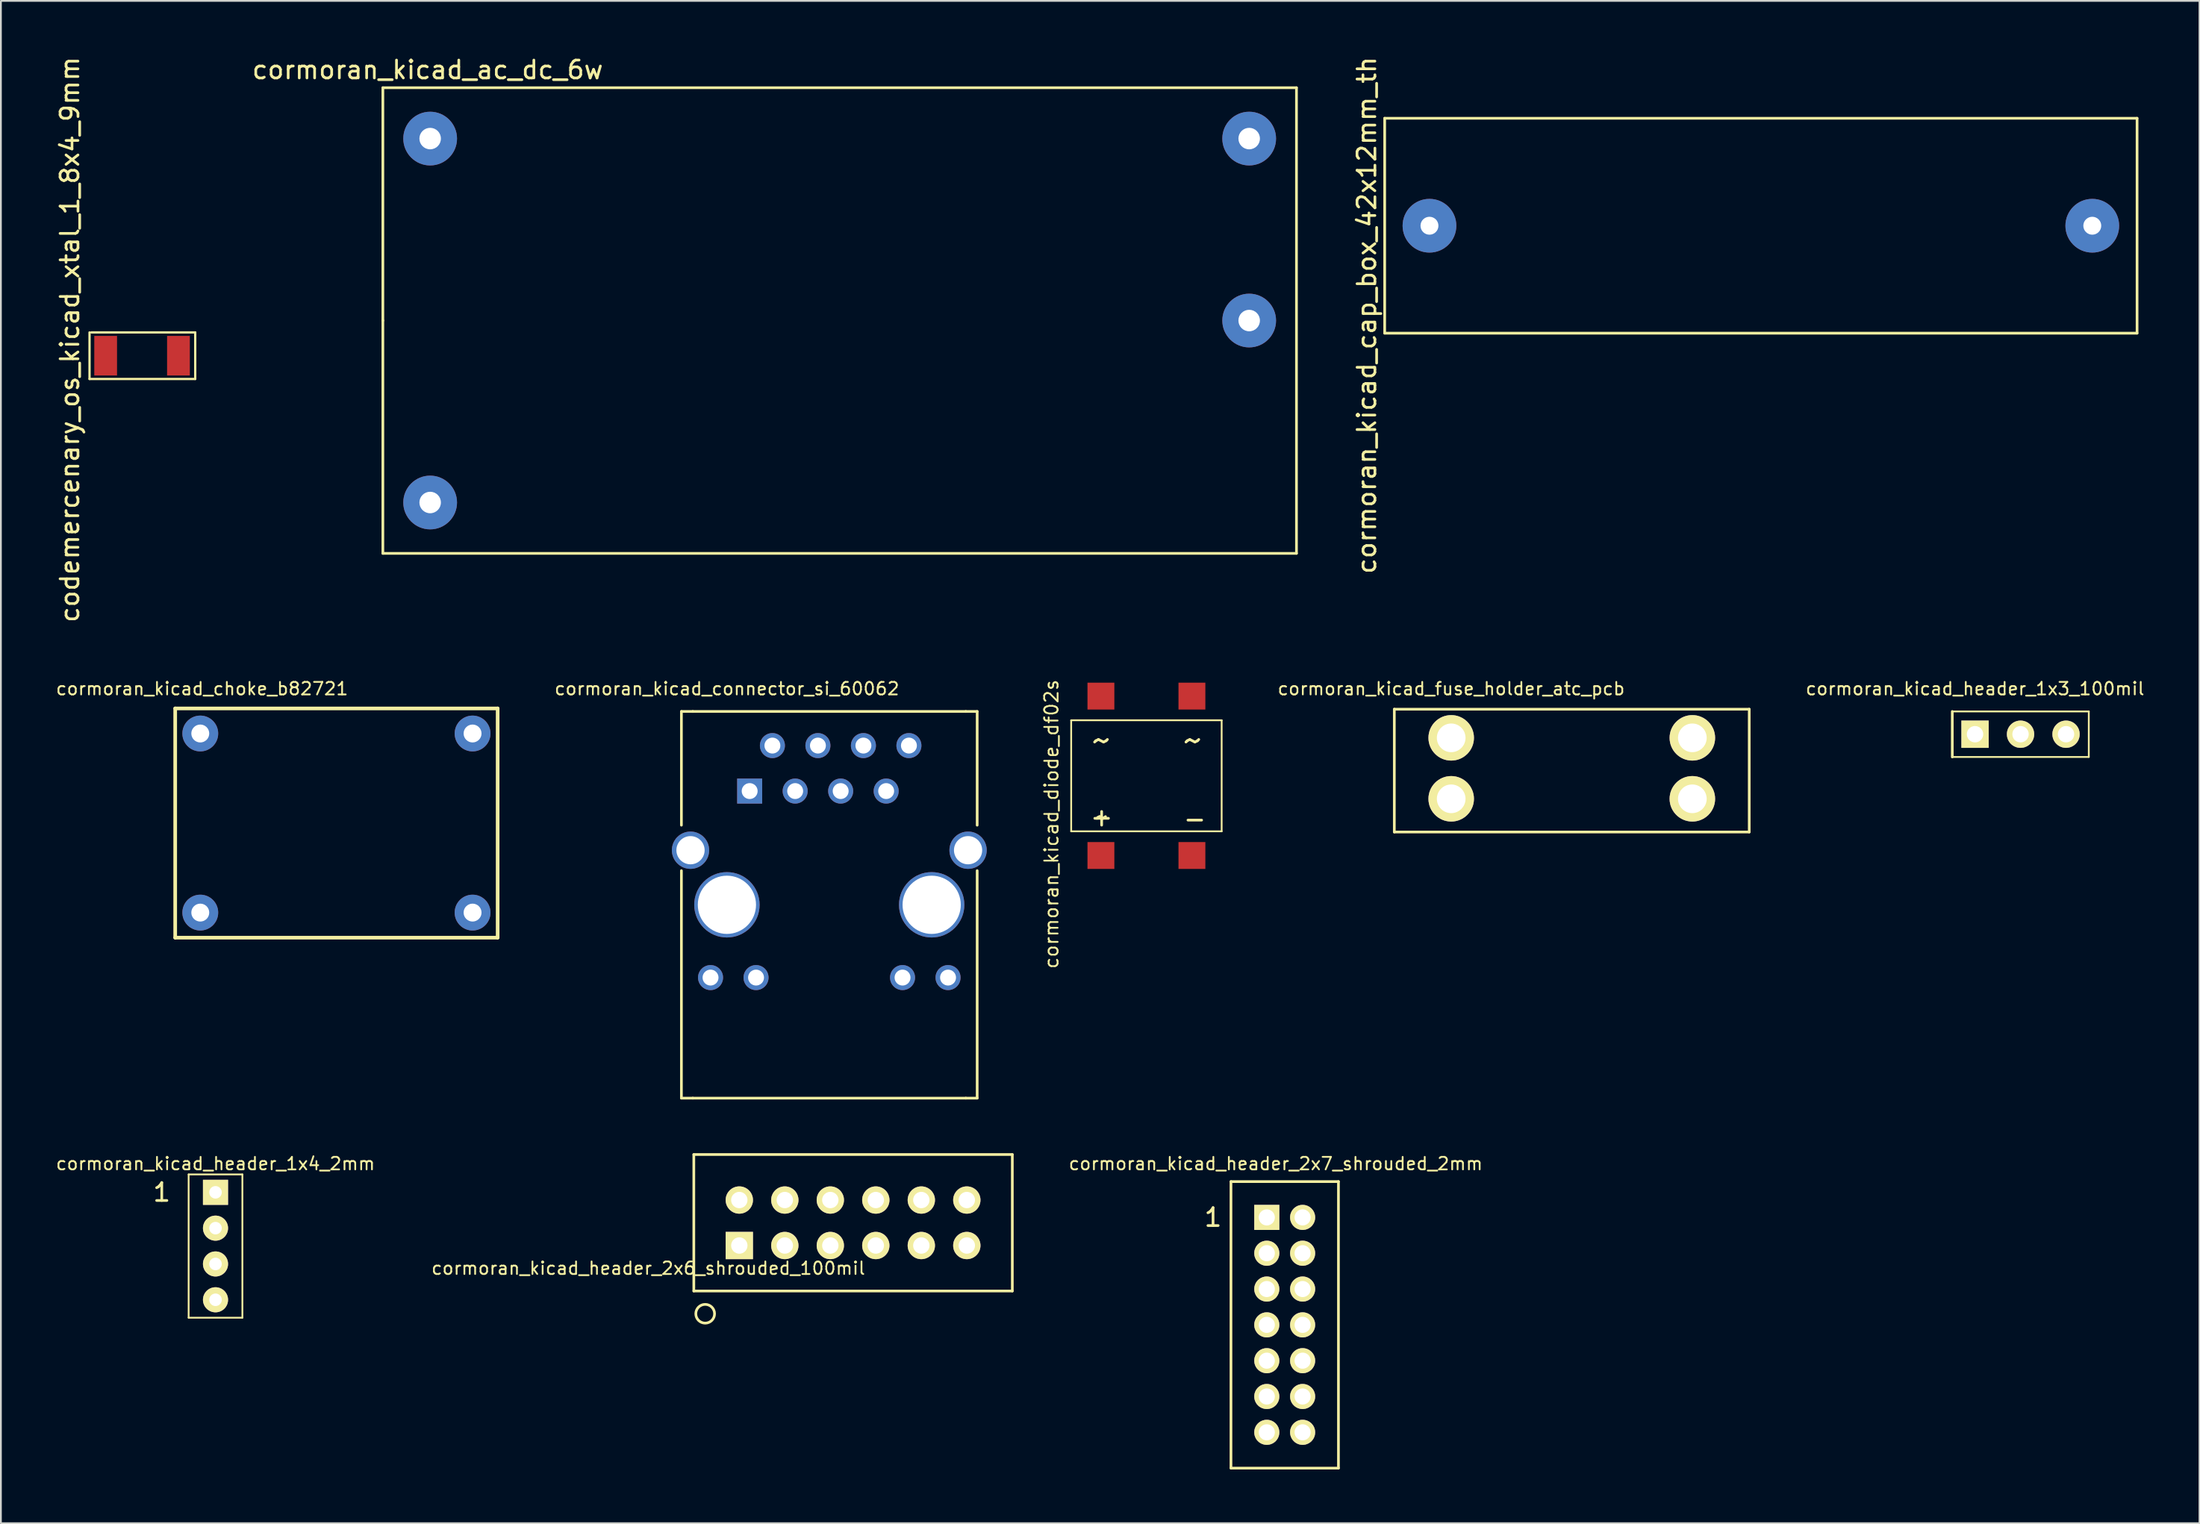
<source format=kicad_pcb>
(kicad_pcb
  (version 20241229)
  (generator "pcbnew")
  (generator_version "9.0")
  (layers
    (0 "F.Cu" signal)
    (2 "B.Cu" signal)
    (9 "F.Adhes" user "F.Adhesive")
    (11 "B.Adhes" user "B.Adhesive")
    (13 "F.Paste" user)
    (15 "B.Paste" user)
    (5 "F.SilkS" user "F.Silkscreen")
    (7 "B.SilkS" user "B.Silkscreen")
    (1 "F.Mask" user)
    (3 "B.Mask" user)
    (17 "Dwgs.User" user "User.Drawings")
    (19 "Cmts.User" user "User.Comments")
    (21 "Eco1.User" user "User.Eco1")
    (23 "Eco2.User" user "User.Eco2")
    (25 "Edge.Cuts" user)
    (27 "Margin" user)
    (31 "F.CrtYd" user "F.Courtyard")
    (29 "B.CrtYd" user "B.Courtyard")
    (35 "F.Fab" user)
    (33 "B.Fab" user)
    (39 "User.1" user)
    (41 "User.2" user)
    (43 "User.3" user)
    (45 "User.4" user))
  (footprint "codemercenary_os_kicad_xtal_1_8x4_9mm"
    (layer "F.Cu")
    (at 2.848 16.811)
    (property "Reference" "codemercenary_os_kicad_xtal_1_8x4_9mm" (at -2 -0.9 90) (layer "F.SilkS") (effects (font (size 1 1) (thickness 0.15))))
    (attr through_hole)
    (fp_line (start -0.9 1.3) (end -0.9 -1.3) (stroke (width 0.127) (type solid)) (layer "F.SilkS"))
    (fp_line (start -0.8 -1.3) (end 5 -1.3) (stroke (width 0.127) (type solid)) (layer "F.SilkS"))
    (fp_line (start 5 -1.3) (end 5 1.3) (stroke (width 0.127) (type solid)) (layer "F.SilkS"))
    (fp_line (start 5 1.3) (end -0.9 1.3) (stroke (width 0.127) (type solid)) (layer "F.SilkS"))
    (pad "1" smd rect (at 0 0) (size 1.27 2.21) (layers "F.Cu" "F.Mask" "F.Paste"))
    (pad "2" smd rect (at 4.064 0) (size 1.27 2.21) (layers "F.Cu" "F.Mask" "F.Paste")))
  (footprint "cormoran_kicad_header_1x4_2mm"
    (layer "F.Cu")
    (at 8.98 63.526)
    (property "Reference" "cormoran_kicad_header_1x4_2mm" (at 0 -1.6 0) (layer "F.SilkS") (effects (font (size 0.7 0.7) (thickness 0.1))))
    (attr through_hole)
    (fp_line (start -1.5 7) (end -1.5 -1) (stroke (width 0.1) (type solid)) (layer "F.SilkS"))
    (fp_line (start -1.5 7) (end 1.5 7) (stroke (width 0.1) (type solid)) (layer "F.SilkS"))
    (fp_line (start 1.5 -1) (end -1.5 -1) (stroke (width 0.1) (type solid)) (layer "F.SilkS"))
    (fp_line (start 1.5 -1) (end 1.5 7) (stroke (width 0.1) (type solid)) (layer "F.SilkS"))
    (fp_text user "1" (at -3 0 0) (layer "F.SilkS") (effects (font (size 1 1) (thickness 0.15))))
    (pad "1" thru_hole rect (at 0 0) (size 1.4 1.4) (drill 0.7) (layers "*.Cu" "*.Mask" "F.SilkS"))
    (pad "2" thru_hole circle (at 0 2) (size 1.4 1.4) (drill 0.7) (layers "*.Cu" "*.Mask" "F.SilkS"))
    (pad "3" thru_hole circle (at 0 4) (size 1.4 1.4) (drill 0.7) (layers "*.Cu" "*.Mask" "F.SilkS"))
    (pad "4" thru_hole circle (at 0 6) (size 1.4 1.4) (drill 0.7) (layers "*.Cu" "*.Mask" "F.SilkS")))
  (footprint "cormoran_kicad_choke_b82721"
    (layer "F.Cu")
    (at 8.13 37.906)
    (property "Reference" "cormoran_kicad_choke_b82721" (at 0.1 -2.5 0) (layer "F.SilkS") (effects (font (size 0.7 0.7) (thickness 0.1))))
    (attr through_hole)
    (fp_line (start -1.4 -1.4) (end 16.6 -1.4) (stroke (width 0.203) (type solid)) (layer "F.SilkS"))
    (fp_line (start -1.4 11.4) (end -1.4 -1.4) (stroke (width 0.203) (type solid)) (layer "F.SilkS"))
    (fp_line (start 16.6 -1.4) (end 16.6 11.4) (stroke (width 0.203) (type solid)) (layer "F.SilkS"))
    (fp_line (start 16.6 11.4) (end -1.4 11.4) (stroke (width 0.203) (type solid)) (layer "F.SilkS"))
    (pad "1" thru_hole circle (at 0 0) (size 2 2) (drill 1) (layers "*.Cu" "*.Mask"))
    (pad "2" thru_hole circle (at 15.2 0) (size 2 2) (drill 1) (layers "*.Cu" "*.Mask"))
    (pad "3" thru_hole circle (at 15.2 10) (size 2 2) (drill 1) (layers "*.Cu" "*.Mask"))
    (pad "4" thru_hole circle (at 0 10) (size 2 2) (drill 1) (layers "*.Cu" "*.Mask")))
  (footprint "cormoran_kicad_header_2x6_shrouded_100mil"
    (layer "F.Cu")
    (at 38.22 66.496)
    (property "Reference" "cormoran_kicad_header_2x6_shrouded_100mil" (at -5.08 1.27 0) (layer "F.SilkS") (effects (font (size 0.7 0.7) (thickness 0.1))))
    (attr through_hole)
    (fp_line (start -2.54 -5.08) (end -2.54 2.54) (stroke (width 0.15) (type solid)) (layer "F.SilkS"))
    (fp_line (start -2.54 -5.08) (end 15.24 -5.08) (stroke (width 0.15) (type solid)) (layer "F.SilkS"))
    (fp_line (start 15.24 -5.08) (end 15.24 2.54) (stroke (width 0.15) (type solid)) (layer "F.SilkS"))
    (fp_line (start 15.24 2.54) (end -2.54 2.54) (stroke (width 0.15) (type solid)) (layer "F.SilkS"))
    (fp_circle (center -1.905 3.81) (end -1.397 3.937) (stroke (width 0.15) (type solid)) (fill no) (layer "F.SilkS"))
    (pad "1" thru_hole rect (at 0 0) (size 1.524 1.524) (drill 0.914) (layers "*.Cu" "*.Mask" "F.SilkS"))
    (pad "2" thru_hole circle (at 0 -2.54) (size 1.524 1.524) (drill 0.914) (layers "*.Cu" "*.Mask" "F.SilkS"))
    (pad "3" thru_hole circle (at 2.54 0) (size 1.524 1.524) (drill 0.914) (layers "*.Cu" "*.Mask" "F.SilkS"))
    (pad "4" thru_hole circle (at 2.54 -2.54) (size 1.524 1.524) (drill 0.914) (layers "*.Cu" "*.Mask" "F.SilkS"))
    (pad "5" thru_hole circle (at 5.08 0) (size 1.524 1.524) (drill 0.914) (layers "*.Cu" "*.Mask" "F.SilkS"))
    (pad "6" thru_hole circle (at 5.08 -2.54) (size 1.524 1.524) (drill 0.914) (layers "*.Cu" "*.Mask" "F.SilkS"))
    (pad "7" thru_hole circle (at 7.62 0) (size 1.524 1.524) (drill 0.914) (layers "*.Cu" "*.Mask" "F.SilkS"))
    (pad "8" thru_hole circle (at 7.62 -2.54) (size 1.524 1.524) (drill 0.914) (layers "*.Cu" "*.Mask" "F.SilkS"))
    (pad "9" thru_hole circle (at 10.16 0) (size 1.524 1.524) (drill 0.914) (layers "*.Cu" "*.Mask" "F.SilkS"))
    (pad "10" thru_hole circle (at 10.16 -2.54) (size 1.524 1.524) (drill 0.914) (layers "*.Cu" "*.Mask" "F.SilkS"))
    (pad "11" thru_hole circle (at 12.7 0) (size 1.524 1.524) (drill 0.914) (layers "*.Cu" "*.Mask" "F.SilkS"))
    (pad "12" thru_hole circle (at 12.7 -2.54) (size 1.524 1.524) (drill 0.914) (layers "*.Cu" "*.Mask" "F.SilkS")))
  (footprint "cormoran_kicad_ac_dc_6w"
    (layer "F.Cu")
    (at 43.822 14.848)
    (property "Reference" "cormoran_kicad_ac_dc_6w" (at -23 -14 0) (layer "F.SilkS") (effects (font (size 1 1) (thickness 0.15))))
    (attr through_hole)
    (fp_line (start -25.5 -13) (end 25.5 -13) (stroke (width 0.15) (type solid)) (layer "F.SilkS"))
    (fp_line (start -25.5 0) (end -25.5 -13) (stroke (width 0.15) (type solid)) (layer "F.SilkS"))
    (fp_line (start -25.5 13) (end -25.5 0) (stroke (width 0.15) (type solid)) (layer "F.SilkS"))
    (fp_line (start 25.5 -13) (end 25.5 13) (stroke (width 0.15) (type solid)) (layer "F.SilkS"))
    (fp_line (start 25.5 13) (end -25.5 13) (stroke (width 0.15) (type solid)) (layer "F.SilkS"))
    (pad "1" thru_hole circle (at -22.86 -10.16) (size 3 3) (drill 1.2) (layers "*.Cu" "*.Mask"))
    (pad "2" thru_hole circle (at -22.86 10.16) (size 3 3) (drill 1.2) (layers "*.Cu" "*.Mask"))
    (pad "3" thru_hole circle (at 22.86 0) (size 3 3) (drill 1.2) (layers "*.Cu" "*.Mask"))
    (pad "4" thru_hole circle (at 22.86 -10.16) (size 3 3) (drill 1.2) (layers "*.Cu" "*.Mask")))
  (footprint "cormoran_kicad_diode_df02s"
    (layer "F.Cu")
    (at 60.946 40.268)
    (property "Reference" "cormoran_kicad_diode_df02s" (at -5.3 2.7 90) (layer "F.SilkS") (effects (font (size 0.75 0.75) (thickness 0.1))))
    (attr through_hole)
    (fp_line (start -4.2 -3.1) (end 4.2 -3.1) (stroke (width 0.1) (type solid)) (layer "F.SilkS"))
    (fp_line (start -4.2 3.1) (end -4.2 -3.1) (stroke (width 0.1) (type solid)) (layer "F.SilkS"))
    (fp_line (start 4.2 -3.1) (end 4.2 3.1) (stroke (width 0.1) (type solid)) (layer "F.SilkS"))
    (fp_line (start 4.2 3.1) (end -4.2 3.1) (stroke (width 0.1) (type solid)) (layer "F.SilkS"))
    (fp_text user "-" (at 2.7 2.4 0) (layer "F.SilkS") (effects (font (size 1 1) (thickness 0.15))))
    (fp_text user "+" (at -2.5 2.3 0) (layer "F.SilkS") (effects (font (size 1 1) (thickness 0.15))))
    (fp_text user "~" (at -2.5 -2 0) (layer "F.SilkS") (effects (font (size 1.5 1.5) (thickness 0.15))))
    (fp_text user "~" (at 2.6 -2 0) (layer "F.SilkS") (effects (font (size 1.5 1.5) (thickness 0.15))))
    (fp_text user "~" (at -2.5 2.3 0) (layer "F.SilkS") (effects (font (size 1 1) (thickness 0.15))))
    (pad "1" smd rect (at -2.54 4.45) (size 1.5 1.5) (layers "F.Cu" "F.Mask"))
    (pad "2" smd rect (at 2.54 4.45) (size 1.5 1.5) (layers "F.Cu" "F.Mask"))
    (pad "3" smd rect (at 2.54 -4.45) (size 1.5 1.5) (layers "F.Cu" "F.Mask"))
    (pad "4" smd rect (at -2.54 -4.45) (size 1.5 1.5) (layers "F.Cu" "F.Mask")))
  (footprint "cormoran_kicad_fuse_holder_atc_pcb"
    (layer "F.Cu")
    (at 84.69 39.851)
    (property "Reference" "cormoran_kicad_fuse_holder_atc_pcb" (at -6.731 -4.445 0) (layer "F.SilkS") (effects (font (size 0.7 0.7) (thickness 0.1))))
    (attr through_hole)
    (fp_line (start -9.906 -3.302) (end 9.906 -3.302) (stroke (width 0.15) (type solid)) (layer "F.SilkS"))
    (fp_line (start -9.906 3.556) (end -9.906 -3.302) (stroke (width 0.15) (type solid)) (layer "F.SilkS"))
    (fp_line (start 9.906 -3.302) (end 9.906 3.556) (stroke (width 0.15) (type solid)) (layer "F.SilkS"))
    (fp_line (start 9.906 3.556) (end -9.906 3.556) (stroke (width 0.15) (type solid)) (layer "F.SilkS"))
    (pad "1" thru_hole circle (at -6.731 -1.702) (size 2.54 2.54) (drill 1.6) (layers "*.Cu" "*.Mask" "F.SilkS"))
    (pad "2" thru_hole circle (at -6.731 1.702) (size 2.54 2.54) (drill 1.6) (layers "*.Cu" "*.Mask" "F.SilkS"))
    (pad "3" thru_hole circle (at 6.731 1.702) (size 2.54 2.54) (drill 1.6) (layers "*.Cu" "*.Mask" "F.SilkS"))
    (pad "4" thru_hole circle (at 6.731 -1.702) (size 2.54 2.54) (drill 1.6) (layers "*.Cu" "*.Mask" "F.SilkS")))
  (footprint "cormoran_kicad_header_2x7_shrouded_2mm"
    (layer "F.Cu")
    (at 67.665 64.926)
    (property "Reference" "cormoran_kicad_header_2x7_shrouded_2mm" (at 0.5 -3 0) (layer "F.SilkS") (effects (font (size 0.7 0.7) (thickness 0.1))))
    (attr through_hole)
    (fp_line (start -2 -2) (end -2 14) (stroke (width 0.15) (type solid)) (layer "F.SilkS"))
    (fp_line (start -2 -2) (end 4 -2) (stroke (width 0.15) (type solid)) (layer "F.SilkS"))
    (fp_line (start 4 -2) (end 4 14) (stroke (width 0.15) (type solid)) (layer "F.SilkS"))
    (fp_line (start 4 14) (end -2 14) (stroke (width 0.15) (type solid)) (layer "F.SilkS"))
    (fp_text user "1" (at -3 0 0) (layer "F.SilkS") (effects (font (size 1 1) (thickness 0.15))))
    (pad "1" thru_hole rect (at 0 0) (size 1.4 1.4) (drill 0.9) (layers "*.Cu" "*.Mask" "F.SilkS"))
    (pad "2" thru_hole circle (at 2 0) (size 1.4 1.4) (drill 0.9) (layers "*.Cu" "*.Mask" "F.SilkS"))
    (pad "3" thru_hole circle (at 0 2) (size 1.4 1.4) (drill 0.9) (layers "*.Cu" "*.Mask" "F.SilkS"))
    (pad "4" thru_hole circle (at 2 2) (size 1.4 1.4) (drill 0.9) (layers "*.Cu" "*.Mask" "F.SilkS"))
    (pad "5" thru_hole circle (at 0 4) (size 1.4 1.4) (drill 0.9) (layers "*.Cu" "*.Mask" "F.SilkS"))
    (pad "6" thru_hole circle (at 2 4) (size 1.4 1.4) (drill 0.9) (layers "*.Cu" "*.Mask" "F.SilkS"))
    (pad "7" thru_hole circle (at 0 6) (size 1.4 1.4) (drill 0.9) (layers "*.Cu" "*.Mask" "F.SilkS"))
    (pad "8" thru_hole circle (at 2 6) (size 1.4 1.4) (drill 0.9) (layers "*.Cu" "*.Mask" "F.SilkS"))
    (pad "9" thru_hole circle (at 0 8) (size 1.4 1.4) (drill 0.9) (layers "*.Cu" "*.Mask" "F.SilkS"))
    (pad "10" thru_hole circle (at 2 8) (size 1.4 1.4) (drill 0.9) (layers "*.Cu" "*.Mask" "F.SilkS"))
    (pad "11" thru_hole circle (at 0 10) (size 1.4 1.4) (drill 0.9) (layers "*.Cu" "*.Mask" "F.SilkS"))
    (pad "12" thru_hole circle (at 2 10) (size 1.4 1.4) (drill 0.9) (layers "*.Cu" "*.Mask" "F.SilkS"))
    (pad "13" thru_hole circle (at 0 12) (size 1.4 1.4) (drill 0.9) (layers "*.Cu" "*.Mask" "F.SilkS"))
    (pad "14" thru_hole circle (at 2 12) (size 1.4 1.4) (drill 0.9) (layers "*.Cu" "*.Mask" "F.SilkS")))
  (footprint "cormoran_kicad_cap_box_42x12mm_th"
    (layer "F.Cu")
    (at 95.246 9.554)
    (property "Reference" "cormoran_kicad_cap_box_42x12mm_th" (at -22 5 90) (layer "F.SilkS") (effects (font (size 1 1) (thickness 0.15))))
    (attr through_hole)
    (fp_line (start -21 -6) (end -21 6) (stroke (width 0.15) (type solid)) (layer "F.SilkS"))
    (fp_line (start -21 -6) (end 21 -6) (stroke (width 0.15) (type solid)) (layer "F.SilkS"))
    (fp_line (start -21 6) (end 21 6) (stroke (width 0.15) (type solid)) (layer "F.SilkS"))
    (fp_line (start 21 -6) (end 21 6) (stroke (width 0.15) (type solid)) (layer "F.SilkS"))
    (pad "1" thru_hole circle (at -18.5 0) (size 3 3) (drill 1) (layers "*.Cu" "*.Mask"))
    (pad "2" thru_hole circle (at 18.5 0) (size 3 3) (drill 1) (layers "*.Cu" "*.Mask")))
  (footprint "cormoran_kicad_connector_si_60062"
    (layer "F.Cu")
    (at 37.528 47.471)
    (property "Reference" "cormoran_kicad_connector_si_60062" (at 0 -12.065 0) (layer "F.SilkS") (effects (font (size 0.7 0.7) (thickness 0.1))))
    (attr through_hole)
    (fp_line (start -2.54 -10.795) (end -1.905 -10.795) (stroke (width 0.15) (type solid)) (layer "F.SilkS"))
    (fp_line (start -2.54 -4.445) (end -2.54 -10.795) (stroke (width 0.15) (type solid)) (layer "F.SilkS"))
    (fp_line (start -2.54 -1.905) (end -2.54 10.795) (stroke (width 0.15) (type solid)) (layer "F.SilkS"))
    (fp_line (start -2.54 10.795) (end -1.905 10.795) (stroke (width 0.15) (type solid)) (layer "F.SilkS"))
    (fp_line (start -1.905 -10.795) (end 13.335 -10.795) (stroke (width 0.15) (type solid)) (layer "F.SilkS"))
    (fp_line (start 13.335 10.795) (end -1.905 10.795) (stroke (width 0.15) (type solid)) (layer "F.SilkS"))
    (fp_line (start 13.97 -10.795) (end 13.335 -10.795) (stroke (width 0.15) (type solid)) (layer "F.SilkS"))
    (fp_line (start 13.97 -4.445) (end 13.97 -10.795) (stroke (width 0.15) (type solid)) (layer "F.SilkS"))
    (fp_line (start 13.97 -1.905) (end 13.97 10.795) (stroke (width 0.15) (type solid)) (layer "F.SilkS"))
    (fp_line (start 13.97 10.795) (end 13.335 10.795) (stroke (width 0.15) (type solid)) (layer "F.SilkS"))
    (pad "1" thru_hole rect (at 1.27 -6.35) (size 1.397 1.397) (drill 0.889) (layers "*.Cu" "*.Mask"))
    (pad "2" thru_hole circle (at 2.54 -8.89) (size 1.397 1.397) (drill 0.889) (layers "*.Cu" "*.Mask"))
    (pad "3" thru_hole circle (at 3.81 -6.35) (size 1.397 1.397) (drill 0.889) (layers "*.Cu" "*.Mask"))
    (pad "4" thru_hole circle (at 5.08 -8.89) (size 1.397 1.397) (drill 0.889) (layers "*.Cu" "*.Mask"))
    (pad "5" thru_hole circle (at 6.35 -6.35) (size 1.397 1.397) (drill 0.889) (layers "*.Cu" "*.Mask"))
    (pad "6" thru_hole circle (at 7.62 -8.89) (size 1.397 1.397) (drill 0.889) (layers "*.Cu" "*.Mask"))
    (pad "7" thru_hole circle (at 8.89 -6.35) (size 1.397 1.397) (drill 0.889) (layers "*.Cu" "*.Mask"))
    (pad "8" thru_hole circle (at 10.16 -8.89) (size 1.397 1.397) (drill 0.889) (layers "*.Cu" "*.Mask"))
    (pad "9" thru_hole circle (at 12.344 4.064) (size 1.397 1.397) (drill 0.889) (layers "*.Cu" "*.Mask"))
    (pad "10" thru_hole circle (at 9.804 4.064) (size 1.397 1.397) (drill 0.889) (layers "*.Cu" "*.Mask"))
    (pad "11" thru_hole circle (at 1.626 4.064) (size 1.397 1.397) (drill 0.889) (layers "*.Cu" "*.Mask"))
    (pad "12" thru_hole circle (at -0.914 4.064) (size 1.397 1.397) (drill 0.889) (layers "*.Cu" "*.Mask"))
    (pad "A" thru_hole circle (at 0 0) (size 3.65 3.65) (drill 3.25) (layers "*.Cu" "*.Mask"))
    (pad "B" thru_hole circle (at 11.43 0) (size 3.65 3.65) (drill 3.25) (layers "*.Cu" "*.Mask"))
    (pad "B1" thru_hole circle (at 13.462 -3.048) (size 2.083 2.083) (drill 1.575) (layers "*.Cu" "*.Mask"))
    (pad "B2" thru_hole circle (at -2.032 -3.048) (size 2.083 2.083) (drill 1.575) (layers "*.Cu" "*.Mask")))
  (footprint "cormoran_kicad_header_1x3_100mil"
    (layer "F.Cu")
    (at 107.201 37.946)
    (property "Reference" "cormoran_kicad_header_1x3_100mil" (at 0 -2.54 0) (layer "F.SilkS") (effects (font (size 0.7 0.7) (thickness 0.1))))
    (attr through_hole)
    (fp_line (start -1.27 -1.27) (end 6.35 -1.27) (stroke (width 0.1) (type solid)) (layer "F.SilkS"))
    (fp_line (start -1.27 1.27) (end -1.27 -1.27) (stroke (width 0.15) (type solid)) (layer "F.SilkS"))
    (fp_line (start 6.35 -1.27) (end 6.35 1.27) (stroke (width 0.1) (type solid)) (layer "F.SilkS"))
    (fp_line (start 6.35 1.27) (end -1.27 1.27) (stroke (width 0.1) (type solid)) (layer "F.SilkS"))
    (pad "1" thru_hole rect (at 0 0) (size 1.524 1.524) (drill 0.914) (layers "*.Cu" "*.Mask" "F.SilkS"))
    (pad "2" thru_hole circle (at 2.54 0) (size 1.524 1.524) (drill 0.914) (layers "*.Cu" "*.Mask" "F.SilkS"))
    (pad "3" thru_hole circle (at 5.08 0) (size 1.524 1.524) (drill 0.914) (layers "*.Cu" "*.Mask" "F.SilkS")))
  (gr_rect
    (start -3 -3)
    (end 119.731 82.001)
    (stroke (width 0.1) (type default))
    (fill no)
    (layer "Edge.Cuts")))
</source>
